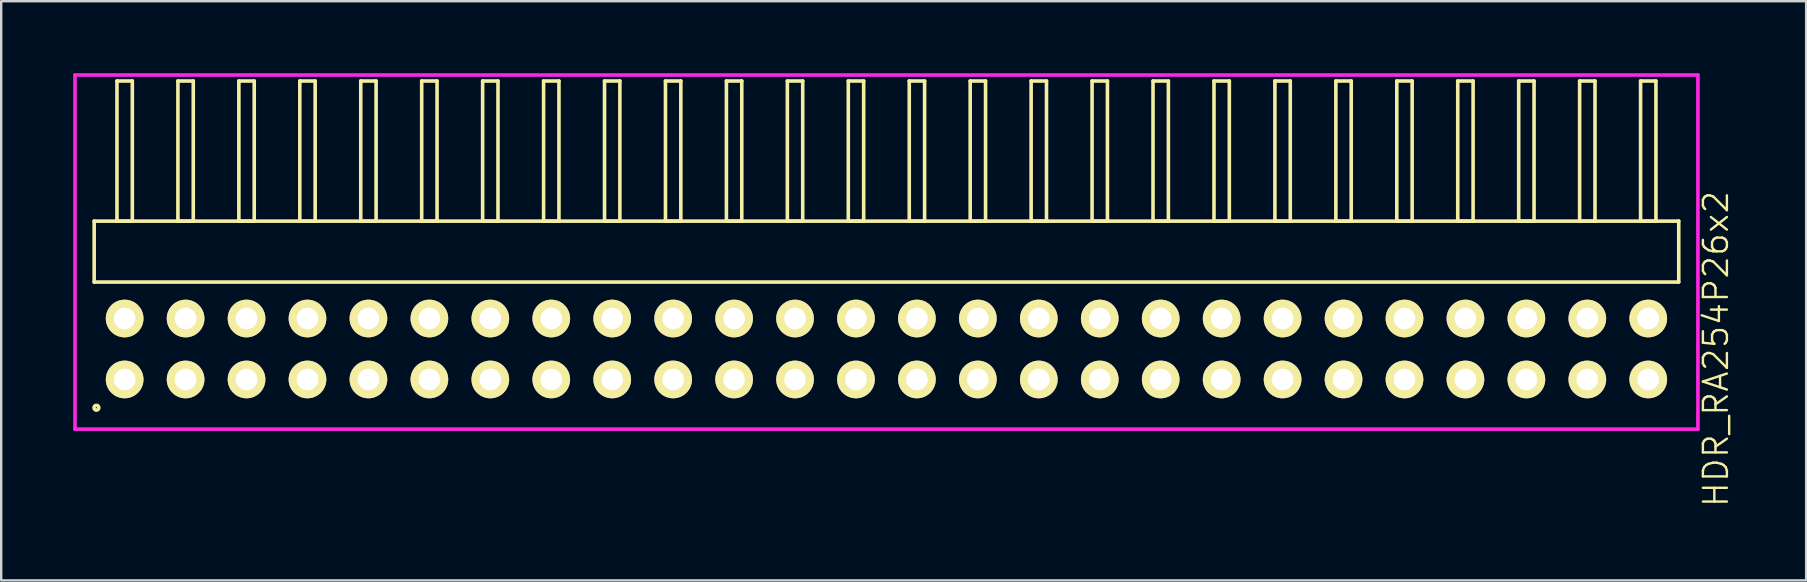
<source format=kicad_pcb>
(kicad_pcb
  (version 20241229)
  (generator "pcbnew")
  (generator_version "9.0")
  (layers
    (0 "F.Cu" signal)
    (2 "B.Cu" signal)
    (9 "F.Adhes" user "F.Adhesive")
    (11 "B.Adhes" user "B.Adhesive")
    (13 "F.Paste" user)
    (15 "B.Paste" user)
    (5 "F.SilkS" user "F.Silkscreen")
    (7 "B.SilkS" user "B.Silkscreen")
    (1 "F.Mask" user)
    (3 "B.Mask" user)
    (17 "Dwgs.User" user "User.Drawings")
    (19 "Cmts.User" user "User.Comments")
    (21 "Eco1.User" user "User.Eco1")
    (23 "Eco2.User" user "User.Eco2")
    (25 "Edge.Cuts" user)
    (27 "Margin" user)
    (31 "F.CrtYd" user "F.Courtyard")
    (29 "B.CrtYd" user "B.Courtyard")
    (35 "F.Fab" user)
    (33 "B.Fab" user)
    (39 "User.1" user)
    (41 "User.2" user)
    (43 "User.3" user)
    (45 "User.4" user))
  (footprint "HDR_RA254P26x2"
    (layer "F.Cu")
    (at 33.895 11.495)
    (property "Reference" "HDR_RA254P26x2" (at 34.57 0 90) (layer "F.SilkS") (effects (font (size 1 1) (thickness 0.1))))
    (attr through_hole)
    (fp_line (start -33.02 -5.33) (end -33.02 -2.79) (stroke (width 0.15) (type solid)) (layer "F.SilkS"))
    (fp_line (start -33.02 -2.79) (end 33.02 -2.79) (stroke (width 0.15) (type solid)) (layer "F.SilkS"))
    (fp_line (start -32.07 -11.17) (end -32.07 -5.33) (stroke (width 0.15) (type solid)) (layer "F.SilkS"))
    (fp_line (start -32.07 -5.33) (end -31.43 -5.33) (stroke (width 0.15) (type solid)) (layer "F.SilkS"))
    (fp_line (start -31.43 -11.17) (end -32.07 -11.17) (stroke (width 0.15) (type solid)) (layer "F.SilkS"))
    (fp_line (start -31.43 -5.33) (end -31.43 -11.17) (stroke (width 0.15) (type solid)) (layer "F.SilkS"))
    (fp_line (start -29.53 -11.17) (end -29.53 -5.33) (stroke (width 0.15) (type solid)) (layer "F.SilkS"))
    (fp_line (start -29.53 -5.33) (end -28.89 -5.33) (stroke (width 0.15) (type solid)) (layer "F.SilkS"))
    (fp_line (start -28.89 -11.17) (end -29.53 -11.17) (stroke (width 0.15) (type solid)) (layer "F.SilkS"))
    (fp_line (start -28.89 -5.33) (end -28.89 -11.17) (stroke (width 0.15) (type solid)) (layer "F.SilkS"))
    (fp_line (start -26.99 -11.17) (end -26.99 -5.33) (stroke (width 0.15) (type solid)) (layer "F.SilkS"))
    (fp_line (start -26.99 -5.33) (end -26.35 -5.33) (stroke (width 0.15) (type solid)) (layer "F.SilkS"))
    (fp_line (start -26.35 -11.17) (end -26.99 -11.17) (stroke (width 0.15) (type solid)) (layer "F.SilkS"))
    (fp_line (start -26.35 -5.33) (end -26.35 -11.17) (stroke (width 0.15) (type solid)) (layer "F.SilkS"))
    (fp_line (start -24.45 -11.17) (end -24.45 -5.33) (stroke (width 0.15) (type solid)) (layer "F.SilkS"))
    (fp_line (start -24.45 -5.33) (end -23.81 -5.33) (stroke (width 0.15) (type solid)) (layer "F.SilkS"))
    (fp_line (start -23.81 -11.17) (end -24.45 -11.17) (stroke (width 0.15) (type solid)) (layer "F.SilkS"))
    (fp_line (start -23.81 -5.33) (end -23.81 -11.17) (stroke (width 0.15) (type solid)) (layer "F.SilkS"))
    (fp_line (start -21.91 -11.17) (end -21.91 -5.33) (stroke (width 0.15) (type solid)) (layer "F.SilkS"))
    (fp_line (start -21.91 -5.33) (end -21.27 -5.33) (stroke (width 0.15) (type solid)) (layer "F.SilkS"))
    (fp_line (start -21.27 -11.17) (end -21.91 -11.17) (stroke (width 0.15) (type solid)) (layer "F.SilkS"))
    (fp_line (start -21.27 -5.33) (end -21.27 -11.17) (stroke (width 0.15) (type solid)) (layer "F.SilkS"))
    (fp_line (start -19.37 -11.17) (end -19.37 -5.33) (stroke (width 0.15) (type solid)) (layer "F.SilkS"))
    (fp_line (start -19.37 -5.33) (end -18.73 -5.33) (stroke (width 0.15) (type solid)) (layer "F.SilkS"))
    (fp_line (start -18.73 -11.17) (end -19.37 -11.17) (stroke (width 0.15) (type solid)) (layer "F.SilkS"))
    (fp_line (start -18.73 -5.33) (end -18.73 -11.17) (stroke (width 0.15) (type solid)) (layer "F.SilkS"))
    (fp_line (start -16.83 -11.17) (end -16.83 -5.33) (stroke (width 0.15) (type solid)) (layer "F.SilkS"))
    (fp_line (start -16.83 -5.33) (end -16.19 -5.33) (stroke (width 0.15) (type solid)) (layer "F.SilkS"))
    (fp_line (start -16.19 -11.17) (end -16.83 -11.17) (stroke (width 0.15) (type solid)) (layer "F.SilkS"))
    (fp_line (start -16.19 -5.33) (end -16.19 -11.17) (stroke (width 0.15) (type solid)) (layer "F.SilkS"))
    (fp_line (start -14.29 -11.17) (end -14.29 -5.33) (stroke (width 0.15) (type solid)) (layer "F.SilkS"))
    (fp_line (start -14.29 -5.33) (end -13.65 -5.33) (stroke (width 0.15) (type solid)) (layer "F.SilkS"))
    (fp_line (start -13.65 -11.17) (end -14.29 -11.17) (stroke (width 0.15) (type solid)) (layer "F.SilkS"))
    (fp_line (start -13.65 -5.33) (end -13.65 -11.17) (stroke (width 0.15) (type solid)) (layer "F.SilkS"))
    (fp_line (start -11.75 -11.17) (end -11.75 -5.33) (stroke (width 0.15) (type solid)) (layer "F.SilkS"))
    (fp_line (start -11.75 -5.33) (end -11.11 -5.33) (stroke (width 0.15) (type solid)) (layer "F.SilkS"))
    (fp_line (start -11.11 -11.17) (end -11.75 -11.17) (stroke (width 0.15) (type solid)) (layer "F.SilkS"))
    (fp_line (start -11.11 -5.33) (end -11.11 -11.17) (stroke (width 0.15) (type solid)) (layer "F.SilkS"))
    (fp_line (start -9.21 -11.17) (end -9.21 -5.33) (stroke (width 0.15) (type solid)) (layer "F.SilkS"))
    (fp_line (start -9.21 -5.33) (end -8.57 -5.33) (stroke (width 0.15) (type solid)) (layer "F.SilkS"))
    (fp_line (start -8.57 -11.17) (end -9.21 -11.17) (stroke (width 0.15) (type solid)) (layer "F.SilkS"))
    (fp_line (start -8.57 -5.33) (end -8.57 -11.17) (stroke (width 0.15) (type solid)) (layer "F.SilkS"))
    (fp_line (start -6.67 -11.17) (end -6.67 -5.33) (stroke (width 0.15) (type solid)) (layer "F.SilkS"))
    (fp_line (start -6.67 -5.33) (end -6.03 -5.33) (stroke (width 0.15) (type solid)) (layer "F.SilkS"))
    (fp_line (start -6.03 -11.17) (end -6.67 -11.17) (stroke (width 0.15) (type solid)) (layer "F.SilkS"))
    (fp_line (start -6.03 -5.33) (end -6.03 -11.17) (stroke (width 0.15) (type solid)) (layer "F.SilkS"))
    (fp_line (start -4.13 -11.17) (end -4.13 -5.33) (stroke (width 0.15) (type solid)) (layer "F.SilkS"))
    (fp_line (start -4.13 -5.33) (end -3.49 -5.33) (stroke (width 0.15) (type solid)) (layer "F.SilkS"))
    (fp_line (start -3.49 -11.17) (end -4.13 -11.17) (stroke (width 0.15) (type solid)) (layer "F.SilkS"))
    (fp_line (start -3.49 -5.33) (end -3.49 -11.17) (stroke (width 0.15) (type solid)) (layer "F.SilkS"))
    (fp_line (start -1.59 -11.17) (end -1.59 -5.33) (stroke (width 0.15) (type solid)) (layer "F.SilkS"))
    (fp_line (start -1.59 -5.33) (end -0.95 -5.33) (stroke (width 0.15) (type solid)) (layer "F.SilkS"))
    (fp_line (start -0.95 -11.17) (end -1.59 -11.17) (stroke (width 0.15) (type solid)) (layer "F.SilkS"))
    (fp_line (start -0.95 -5.33) (end -0.95 -11.17) (stroke (width 0.15) (type solid)) (layer "F.SilkS"))
    (fp_line (start 0.95 -11.17) (end 0.95 -5.33) (stroke (width 0.15) (type solid)) (layer "F.SilkS"))
    (fp_line (start 0.95 -5.33) (end 1.59 -5.33) (stroke (width 0.15) (type solid)) (layer "F.SilkS"))
    (fp_line (start 1.59 -11.17) (end 0.95 -11.17) (stroke (width 0.15) (type solid)) (layer "F.SilkS"))
    (fp_line (start 1.59 -5.33) (end 1.59 -11.17) (stroke (width 0.15) (type solid)) (layer "F.SilkS"))
    (fp_line (start 3.49 -11.17) (end 3.49 -5.33) (stroke (width 0.15) (type solid)) (layer "F.SilkS"))
    (fp_line (start 3.49 -5.33) (end 4.13 -5.33) (stroke (width 0.15) (type solid)) (layer "F.SilkS"))
    (fp_line (start 4.13 -11.17) (end 3.49 -11.17) (stroke (width 0.15) (type solid)) (layer "F.SilkS"))
    (fp_line (start 4.13 -5.33) (end 4.13 -11.17) (stroke (width 0.15) (type solid)) (layer "F.SilkS"))
    (fp_line (start 6.03 -11.17) (end 6.03 -5.33) (stroke (width 0.15) (type solid)) (layer "F.SilkS"))
    (fp_line (start 6.03 -5.33) (end 6.67 -5.33) (stroke (width 0.15) (type solid)) (layer "F.SilkS"))
    (fp_line (start 6.67 -11.17) (end 6.03 -11.17) (stroke (width 0.15) (type solid)) (layer "F.SilkS"))
    (fp_line (start 6.67 -5.33) (end 6.67 -11.17) (stroke (width 0.15) (type solid)) (layer "F.SilkS"))
    (fp_line (start 8.57 -11.17) (end 8.57 -5.33) (stroke (width 0.15) (type solid)) (layer "F.SilkS"))
    (fp_line (start 8.57 -5.33) (end 9.21 -5.33) (stroke (width 0.15) (type solid)) (layer "F.SilkS"))
    (fp_line (start 9.21 -11.17) (end 8.57 -11.17) (stroke (width 0.15) (type solid)) (layer "F.SilkS"))
    (fp_line (start 9.21 -5.33) (end 9.21 -11.17) (stroke (width 0.15) (type solid)) (layer "F.SilkS"))
    (fp_line (start 11.11 -11.17) (end 11.11 -5.33) (stroke (width 0.15) (type solid)) (layer "F.SilkS"))
    (fp_line (start 11.11 -5.33) (end 11.75 -5.33) (stroke (width 0.15) (type solid)) (layer "F.SilkS"))
    (fp_line (start 11.75 -11.17) (end 11.11 -11.17) (stroke (width 0.15) (type solid)) (layer "F.SilkS"))
    (fp_line (start 11.75 -5.33) (end 11.75 -11.17) (stroke (width 0.15) (type solid)) (layer "F.SilkS"))
    (fp_line (start 13.65 -11.17) (end 13.65 -5.33) (stroke (width 0.15) (type solid)) (layer "F.SilkS"))
    (fp_line (start 13.65 -5.33) (end 14.29 -5.33) (stroke (width 0.15) (type solid)) (layer "F.SilkS"))
    (fp_line (start 14.29 -11.17) (end 13.65 -11.17) (stroke (width 0.15) (type solid)) (layer "F.SilkS"))
    (fp_line (start 14.29 -5.33) (end 14.29 -11.17) (stroke (width 0.15) (type solid)) (layer "F.SilkS"))
    (fp_line (start 16.19 -11.17) (end 16.19 -5.33) (stroke (width 0.15) (type solid)) (layer "F.SilkS"))
    (fp_line (start 16.19 -5.33) (end 16.83 -5.33) (stroke (width 0.15) (type solid)) (layer "F.SilkS"))
    (fp_line (start 16.83 -11.17) (end 16.19 -11.17) (stroke (width 0.15) (type solid)) (layer "F.SilkS"))
    (fp_line (start 16.83 -5.33) (end 16.83 -11.17) (stroke (width 0.15) (type solid)) (layer "F.SilkS"))
    (fp_line (start 18.73 -11.17) (end 18.73 -5.33) (stroke (width 0.15) (type solid)) (layer "F.SilkS"))
    (fp_line (start 18.73 -5.33) (end 19.37 -5.33) (stroke (width 0.15) (type solid)) (layer "F.SilkS"))
    (fp_line (start 19.37 -11.17) (end 18.73 -11.17) (stroke (width 0.15) (type solid)) (layer "F.SilkS"))
    (fp_line (start 19.37 -5.33) (end 19.37 -11.17) (stroke (width 0.15) (type solid)) (layer "F.SilkS"))
    (fp_line (start 21.27 -11.17) (end 21.27 -5.33) (stroke (width 0.15) (type solid)) (layer "F.SilkS"))
    (fp_line (start 21.27 -5.33) (end 21.91 -5.33) (stroke (width 0.15) (type solid)) (layer "F.SilkS"))
    (fp_line (start 21.91 -11.17) (end 21.27 -11.17) (stroke (width 0.15) (type solid)) (layer "F.SilkS"))
    (fp_line (start 21.91 -5.33) (end 21.91 -11.17) (stroke (width 0.15) (type solid)) (layer "F.SilkS"))
    (fp_line (start 23.81 -11.17) (end 23.81 -5.33) (stroke (width 0.15) (type solid)) (layer "F.SilkS"))
    (fp_line (start 23.81 -5.33) (end 24.45 -5.33) (stroke (width 0.15) (type solid)) (layer "F.SilkS"))
    (fp_line (start 24.45 -11.17) (end 23.81 -11.17) (stroke (width 0.15) (type solid)) (layer "F.SilkS"))
    (fp_line (start 24.45 -5.33) (end 24.45 -11.17) (stroke (width 0.15) (type solid)) (layer "F.SilkS"))
    (fp_line (start 26.35 -11.17) (end 26.35 -5.33) (stroke (width 0.15) (type solid)) (layer "F.SilkS"))
    (fp_line (start 26.35 -5.33) (end 26.99 -5.33) (stroke (width 0.15) (type solid)) (layer "F.SilkS"))
    (fp_line (start 26.99 -11.17) (end 26.35 -11.17) (stroke (width 0.15) (type solid)) (layer "F.SilkS"))
    (fp_line (start 26.99 -5.33) (end 26.99 -11.17) (stroke (width 0.15) (type solid)) (layer "F.SilkS"))
    (fp_line (start 28.89 -11.17) (end 28.89 -5.33) (stroke (width 0.15) (type solid)) (layer "F.SilkS"))
    (fp_line (start 28.89 -5.33) (end 29.53 -5.33) (stroke (width 0.15) (type solid)) (layer "F.SilkS"))
    (fp_line (start 29.53 -11.17) (end 28.89 -11.17) (stroke (width 0.15) (type solid)) (layer "F.SilkS"))
    (fp_line (start 29.53 -5.33) (end 29.53 -11.17) (stroke (width 0.15) (type solid)) (layer "F.SilkS"))
    (fp_line (start 31.43 -11.17) (end 31.43 -5.33) (stroke (width 0.15) (type solid)) (layer "F.SilkS"))
    (fp_line (start 31.43 -5.33) (end 32.07 -5.33) (stroke (width 0.15) (type solid)) (layer "F.SilkS"))
    (fp_line (start 32.07 -11.17) (end 31.43 -11.17) (stroke (width 0.15) (type solid)) (layer "F.SilkS"))
    (fp_line (start 32.07 -5.33) (end 32.07 -11.17) (stroke (width 0.15) (type solid)) (layer "F.SilkS"))
    (fp_line (start 33.02 -5.33) (end -33.02 -5.33) (stroke (width 0.15) (type solid)) (layer "F.SilkS"))
    (fp_line (start 33.02 -2.79) (end 33.02 -5.33) (stroke (width 0.15) (type solid)) (layer "F.SilkS"))
    (fp_circle (center -32.927 2.448) (end -32.827 2.448) (stroke (width 0.15) (type solid)) (fill no) (layer "F.SilkS"))
    (fp_line (start -33.82 -11.42) (end -33.82 3.34) (stroke (width 0.15) (type solid)) (layer "F.CrtYd"))
    (fp_line (start -33.82 3.34) (end 33.82 3.34) (stroke (width 0.15) (type solid)) (layer "F.CrtYd"))
    (fp_line (start 33.82 -11.42) (end -33.82 -11.42) (stroke (width 0.15) (type solid)) (layer "F.CrtYd"))
    (fp_line (start 33.82 3.34) (end 33.82 -11.42) (stroke (width 0.15) (type solid)) (layer "F.CrtYd"))
    (pad "1" thru_hole oval (at -31.75 1.27) (size 1.57 1.57) (drill 0.9) (layers "*.Cu" "*.Mask" "F.SilkS"))
    (pad "2" thru_hole oval (at -31.75 -1.27) (size 1.57 1.57) (drill 0.9) (layers "*.Cu" "*.Mask" "F.SilkS"))
    (pad "3" thru_hole oval (at -29.21 1.27) (size 1.57 1.57) (drill 0.9) (layers "*.Cu" "*.Mask" "F.SilkS"))
    (pad "4" thru_hole oval (at -29.21 -1.27) (size 1.57 1.57) (drill 0.9) (layers "*.Cu" "*.Mask" "F.SilkS"))
    (pad "5" thru_hole oval (at -26.67 1.27) (size 1.57 1.57) (drill 0.9) (layers "*.Cu" "*.Mask" "F.SilkS"))
    (pad "6" thru_hole oval (at -26.67 -1.27) (size 1.57 1.57) (drill 0.9) (layers "*.Cu" "*.Mask" "F.SilkS"))
    (pad "7" thru_hole oval (at -24.13 1.27) (size 1.57 1.57) (drill 0.9) (layers "*.Cu" "*.Mask" "F.SilkS"))
    (pad "8" thru_hole oval (at -24.13 -1.27) (size 1.57 1.57) (drill 0.9) (layers "*.Cu" "*.Mask" "F.SilkS"))
    (pad "9" thru_hole oval (at -21.59 1.27) (size 1.57 1.57) (drill 0.9) (layers "*.Cu" "*.Mask" "F.SilkS"))
    (pad "10" thru_hole oval (at -21.59 -1.27) (size 1.57 1.57) (drill 0.9) (layers "*.Cu" "*.Mask" "F.SilkS"))
    (pad "11" thru_hole oval (at -19.05 1.27) (size 1.57 1.57) (drill 0.9) (layers "*.Cu" "*.Mask" "F.SilkS"))
    (pad "12" thru_hole oval (at -19.05 -1.27) (size 1.57 1.57) (drill 0.9) (layers "*.Cu" "*.Mask" "F.SilkS"))
    (pad "13" thru_hole oval (at -16.51 1.27) (size 1.57 1.57) (drill 0.9) (layers "*.Cu" "*.Mask" "F.SilkS"))
    (pad "14" thru_hole oval (at -16.51 -1.27) (size 1.57 1.57) (drill 0.9) (layers "*.Cu" "*.Mask" "F.SilkS"))
    (pad "15" thru_hole oval (at -13.97 1.27) (size 1.57 1.57) (drill 0.9) (layers "*.Cu" "*.Mask" "F.SilkS"))
    (pad "16" thru_hole oval (at -13.97 -1.27) (size 1.57 1.57) (drill 0.9) (layers "*.Cu" "*.Mask" "F.SilkS"))
    (pad "17" thru_hole oval (at -11.43 1.27) (size 1.57 1.57) (drill 0.9) (layers "*.Cu" "*.Mask" "F.SilkS"))
    (pad "18" thru_hole oval (at -11.43 -1.27) (size 1.57 1.57) (drill 0.9) (layers "*.Cu" "*.Mask" "F.SilkS"))
    (pad "19" thru_hole oval (at -8.89 1.27) (size 1.57 1.57) (drill 0.9) (layers "*.Cu" "*.Mask" "F.SilkS"))
    (pad "20" thru_hole oval (at -8.89 -1.27) (size 1.57 1.57) (drill 0.9) (layers "*.Cu" "*.Mask" "F.SilkS"))
    (pad "21" thru_hole oval (at -6.35 1.27) (size 1.57 1.57) (drill 0.9) (layers "*.Cu" "*.Mask" "F.SilkS"))
    (pad "22" thru_hole oval (at -6.35 -1.27) (size 1.57 1.57) (drill 0.9) (layers "*.Cu" "*.Mask" "F.SilkS"))
    (pad "23" thru_hole oval (at -3.81 1.27) (size 1.57 1.57) (drill 0.9) (layers "*.Cu" "*.Mask" "F.SilkS"))
    (pad "24" thru_hole oval (at -3.81 -1.27) (size 1.57 1.57) (drill 0.9) (layers "*.Cu" "*.Mask" "F.SilkS"))
    (pad "25" thru_hole oval (at -1.27 1.27) (size 1.57 1.57) (drill 0.9) (layers "*.Cu" "*.Mask" "F.SilkS"))
    (pad "26" thru_hole oval (at -1.27 -1.27) (size 1.57 1.57) (drill 0.9) (layers "*.Cu" "*.Mask" "F.SilkS"))
    (pad "27" thru_hole oval (at 1.27 1.27) (size 1.57 1.57) (drill 0.9) (layers "*.Cu" "*.Mask" "F.SilkS"))
    (pad "28" thru_hole oval (at 1.27 -1.27) (size 1.57 1.57) (drill 0.9) (layers "*.Cu" "*.Mask" "F.SilkS"))
    (pad "29" thru_hole oval (at 3.81 1.27) (size 1.57 1.57) (drill 0.9) (layers "*.Cu" "*.Mask" "F.SilkS"))
    (pad "30" thru_hole oval (at 3.81 -1.27) (size 1.57 1.57) (drill 0.9) (layers "*.Cu" "*.Mask" "F.SilkS"))
    (pad "31" thru_hole oval (at 6.35 1.27) (size 1.57 1.57) (drill 0.9) (layers "*.Cu" "*.Mask" "F.SilkS"))
    (pad "32" thru_hole oval (at 6.35 -1.27) (size 1.57 1.57) (drill 0.9) (layers "*.Cu" "*.Mask" "F.SilkS"))
    (pad "33" thru_hole oval (at 8.89 1.27) (size 1.57 1.57) (drill 0.9) (layers "*.Cu" "*.Mask" "F.SilkS"))
    (pad "34" thru_hole oval (at 8.89 -1.27) (size 1.57 1.57) (drill 0.9) (layers "*.Cu" "*.Mask" "F.SilkS"))
    (pad "35" thru_hole oval (at 11.43 1.27) (size 1.57 1.57) (drill 0.9) (layers "*.Cu" "*.Mask" "F.SilkS"))
    (pad "36" thru_hole oval (at 11.43 -1.27) (size 1.57 1.57) (drill 0.9) (layers "*.Cu" "*.Mask" "F.SilkS"))
    (pad "37" thru_hole oval (at 13.97 1.27) (size 1.57 1.57) (drill 0.9) (layers "*.Cu" "*.Mask" "F.SilkS"))
    (pad "38" thru_hole oval (at 13.97 -1.27) (size 1.57 1.57) (drill 0.9) (layers "*.Cu" "*.Mask" "F.SilkS"))
    (pad "39" thru_hole oval (at 16.51 1.27) (size 1.57 1.57) (drill 0.9) (layers "*.Cu" "*.Mask" "F.SilkS"))
    (pad "40" thru_hole oval (at 16.51 -1.27) (size 1.57 1.57) (drill 0.9) (layers "*.Cu" "*.Mask" "F.SilkS"))
    (pad "41" thru_hole oval (at 19.05 1.27) (size 1.57 1.57) (drill 0.9) (layers "*.Cu" "*.Mask" "F.SilkS"))
    (pad "42" thru_hole oval (at 19.05 -1.27) (size 1.57 1.57) (drill 0.9) (layers "*.Cu" "*.Mask" "F.SilkS"))
    (pad "43" thru_hole oval (at 21.59 1.27) (size 1.57 1.57) (drill 0.9) (layers "*.Cu" "*.Mask" "F.SilkS"))
    (pad "44" thru_hole oval (at 21.59 -1.27) (size 1.57 1.57) (drill 0.9) (layers "*.Cu" "*.Mask" "F.SilkS"))
    (pad "45" thru_hole oval (at 24.13 1.27) (size 1.57 1.57) (drill 0.9) (layers "*.Cu" "*.Mask" "F.SilkS"))
    (pad "46" thru_hole oval (at 24.13 -1.27) (size 1.57 1.57) (drill 0.9) (layers "*.Cu" "*.Mask" "F.SilkS"))
    (pad "47" thru_hole oval (at 26.67 1.27) (size 1.57 1.57) (drill 0.9) (layers "*.Cu" "*.Mask" "F.SilkS"))
    (pad "48" thru_hole oval (at 26.67 -1.27) (size 1.57 1.57) (drill 0.9) (layers "*.Cu" "*.Mask" "F.SilkS"))
    (pad "49" thru_hole oval (at 29.21 1.27) (size 1.57 1.57) (drill 0.9) (layers "*.Cu" "*.Mask" "F.SilkS"))
    (pad "50" thru_hole oval (at 29.21 -1.27) (size 1.57 1.57) (drill 0.9) (layers "*.Cu" "*.Mask" "F.SilkS"))
    (pad "51" thru_hole oval (at 31.75 1.27) (size 1.57 1.57) (drill 0.9) (layers "*.Cu" "*.Mask" "F.SilkS"))
    (pad "52" thru_hole oval (at 31.75 -1.27) (size 1.57 1.57) (drill 0.9) (layers "*.Cu" "*.Mask" "F.SilkS")))
  (gr_rect
    (start -3 -3)
    (end 72.225 21.14)
    (stroke (width 0.1) (type default))
    (fill no)
    (layer "Edge.Cuts")))
</source>
